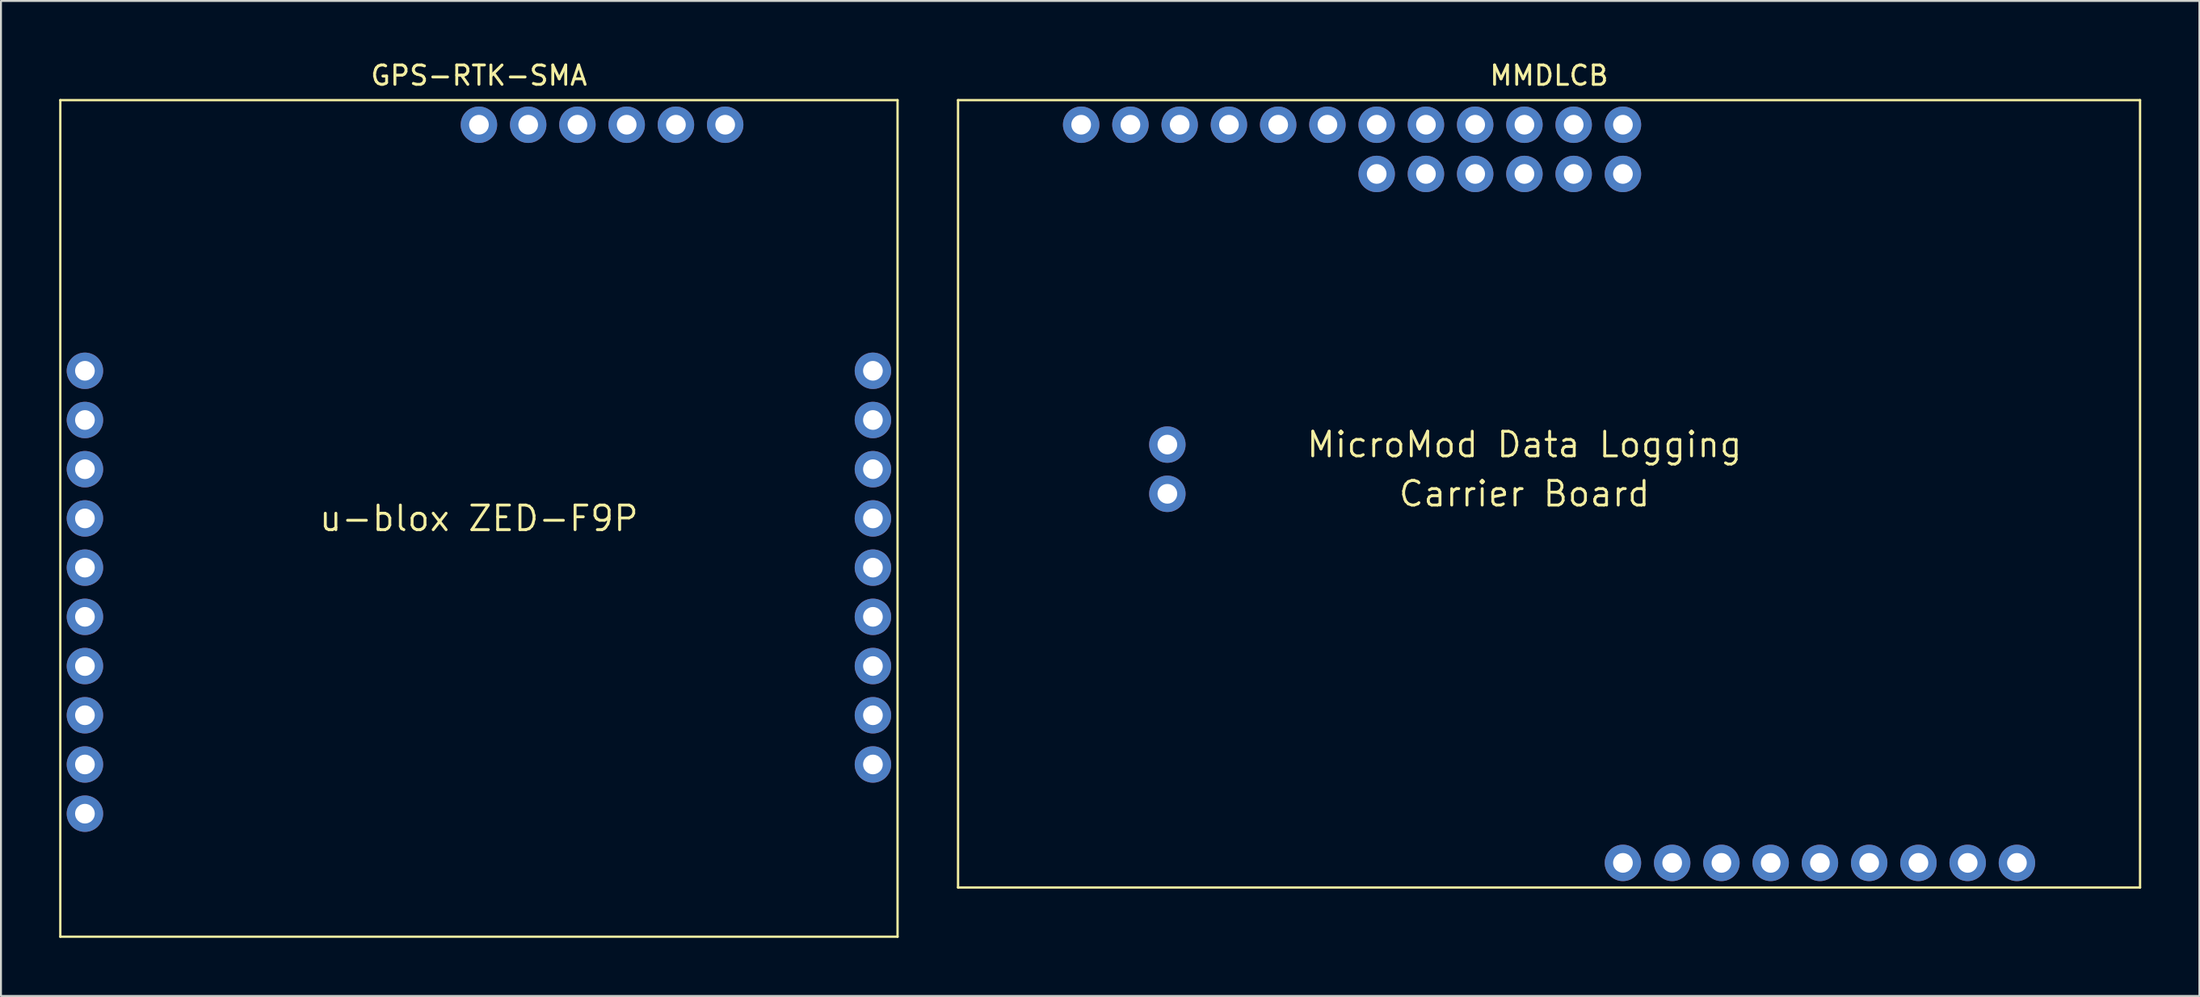
<source format=kicad_pcb>
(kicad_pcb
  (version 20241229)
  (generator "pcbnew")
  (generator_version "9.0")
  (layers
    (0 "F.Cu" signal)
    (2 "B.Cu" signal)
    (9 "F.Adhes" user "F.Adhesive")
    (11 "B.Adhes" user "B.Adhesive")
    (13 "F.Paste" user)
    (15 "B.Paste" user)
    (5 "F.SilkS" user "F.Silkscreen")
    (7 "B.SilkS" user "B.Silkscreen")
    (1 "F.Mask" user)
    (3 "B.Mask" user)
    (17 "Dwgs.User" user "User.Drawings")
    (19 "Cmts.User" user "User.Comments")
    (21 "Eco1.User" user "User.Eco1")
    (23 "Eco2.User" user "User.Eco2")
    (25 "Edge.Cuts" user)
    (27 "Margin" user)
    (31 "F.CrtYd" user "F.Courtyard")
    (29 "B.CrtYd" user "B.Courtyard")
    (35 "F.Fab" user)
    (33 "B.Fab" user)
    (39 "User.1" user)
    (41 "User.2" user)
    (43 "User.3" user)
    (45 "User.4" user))
  (footprint "MMDLCB"
    (layer "F.Cu")
    (at 76.84 22.438)
    (property "Reference" "MMDLCB" (at 0 -21.59 0) (layer "F.SilkS") (effects (font (size 1 1) (thickness 0.15))))
    (attr through_hole)
    (fp_line (start -30.48 -20.32) (end 30.48 -20.32) (stroke (width 0.12) (type solid)) (layer "F.SilkS"))
    (fp_line (start -30.48 20.32) (end -30.48 -20.32) (stroke (width 0.12) (type solid)) (layer "F.SilkS"))
    (fp_line (start -30.48 20.32) (end 30.48 20.32) (stroke (width 0.12) (type solid)) (layer "F.SilkS"))
    (fp_line (start 30.48 -20.32) (end 30.48 20.32) (stroke (width 0.12) (type solid)) (layer "F.SilkS"))
    (fp_text user "Carrier Board" (at -1.27 0 0) (layer "F.SilkS") (effects (font (size 1.27 1.27) (thickness 0.15))))
    (fp_text user "MicroMod Data Logging" (at -1.27 -2.54 0) (layer "F.SilkS") (effects (font (size 1.27 1.27) (thickness 0.15))))
    (pad "1" thru_hole circle (at 3.81 19.05) (size 1.88 1.88) (drill 1.016) (layers "*.Cu" "*.Mask"))
    (pad "2" thru_hole circle (at 6.35 19.05) (size 1.88 1.88) (drill 1.016) (layers "*.Cu" "*.Mask"))
    (pad "3" thru_hole circle (at 8.89 19.05) (size 1.88 1.88) (drill 1.016) (layers "*.Cu" "*.Mask"))
    (pad "4" thru_hole circle (at 11.43 19.05) (size 1.88 1.88) (drill 1.016) (layers "*.Cu" "*.Mask"))
    (pad "5" thru_hole circle (at 13.97 19.05) (size 1.88 1.88) (drill 1.016) (layers "*.Cu" "*.Mask"))
    (pad "6" thru_hole circle (at 16.51 19.05) (size 1.88 1.88) (drill 1.016) (layers "*.Cu" "*.Mask"))
    (pad "7" thru_hole circle (at 19.05 19.05) (size 1.88 1.88) (drill 1.016) (layers "*.Cu" "*.Mask"))
    (pad "8" thru_hole circle (at 21.59 19.05) (size 1.88 1.88) (drill 1.016) (layers "*.Cu" "*.Mask"))
    (pad "9" thru_hole circle (at 24.13 19.05) (size 1.88 1.88) (drill 1.016) (layers "*.Cu" "*.Mask"))
    (pad "10" thru_hole circle (at -24.13 -19.05) (size 1.88 1.88) (drill 1.016) (layers "*.Cu" "*.Mask"))
    (pad "11" thru_hole circle (at -21.59 -19.05) (size 1.88 1.88) (drill 1.016) (layers "*.Cu" "*.Mask"))
    (pad "12" thru_hole circle (at -19.05 -19.05) (size 1.88 1.88) (drill 1.016) (layers "*.Cu" "*.Mask"))
    (pad "13" thru_hole circle (at -16.51 -19.05) (size 1.88 1.88) (drill 1.016) (layers "*.Cu" "*.Mask"))
    (pad "14" thru_hole circle (at -13.97 -19.05) (size 1.88 1.88) (drill 1.016) (layers "*.Cu" "*.Mask"))
    (pad "15" thru_hole circle (at -11.43 -19.05) (size 1.88 1.88) (drill 1.016) (layers "*.Cu" "*.Mask"))
    (pad "16" thru_hole circle (at -8.89 -19.05) (size 1.88 1.88) (drill 1.016) (layers "*.Cu" "*.Mask"))
    (pad "17" thru_hole circle (at -6.35 -19.05) (size 1.88 1.88) (drill 1.016) (layers "*.Cu" "*.Mask"))
    (pad "18" thru_hole circle (at -3.81 -19.05) (size 1.88 1.88) (drill 1.016) (layers "*.Cu" "*.Mask"))
    (pad "19" thru_hole circle (at -1.27 -19.05) (size 1.88 1.88) (drill 1.016) (layers "*.Cu" "*.Mask"))
    (pad "20" thru_hole circle (at 1.27 -19.05) (size 1.88 1.88) (drill 1.016) (layers "*.Cu" "*.Mask"))
    (pad "21" thru_hole circle (at 3.81 -19.05) (size 1.88 1.88) (drill 1.016) (layers "*.Cu" "*.Mask"))
    (pad "22" thru_hole circle (at -8.89 -16.51) (size 1.88 1.88) (drill 1.016) (layers "*.Cu" "*.Mask"))
    (pad "23" thru_hole circle (at -6.35 -16.51) (size 1.88 1.88) (drill 1.016) (layers "*.Cu" "*.Mask"))
    (pad "24" thru_hole circle (at -3.81 -16.51) (size 1.88 1.88) (drill 1.016) (layers "*.Cu" "*.Mask"))
    (pad "25" thru_hole circle (at -1.27 -16.51) (size 1.88 1.88) (drill 1.016) (layers "*.Cu" "*.Mask"))
    (pad "26" thru_hole circle (at 1.27 -16.51) (size 1.88 1.88) (drill 1.016) (layers "*.Cu" "*.Mask"))
    (pad "27" thru_hole circle (at 3.81 -16.51) (size 1.88 1.88) (drill 1.016) (layers "*.Cu" "*.Mask"))
    (pad "28" thru_hole circle (at -19.685 -2.54) (size 1.88 1.88) (drill 1.016) (layers "*.Cu" "*.Mask"))
    (pad "29" thru_hole circle (at -19.685 0) (size 1.88 1.88) (drill 1.016) (layers "*.Cu" "*.Mask")))
  (footprint "GPS-RTK-SMA"
    (layer "F.Cu")
    (at 21.65 23.708)
    (property "Reference" "GPS-RTK-SMA" (at 0 -22.86 0) (layer "F.SilkS") (effects (font (size 1 1) (thickness 0.15))))
    (attr through_hole)
    (fp_line (start -21.59 -21.59) (end 21.59 -21.59) (stroke (width 0.12) (type solid)) (layer "F.SilkS"))
    (fp_line (start -21.59 21.59) (end -21.59 -21.59) (stroke (width 0.12) (type solid)) (layer "F.SilkS"))
    (fp_line (start 21.59 -21.59) (end 21.59 21.59) (stroke (width 0.12) (type solid)) (layer "F.SilkS"))
    (fp_line (start 21.59 21.59) (end -21.59 21.59) (stroke (width 0.12) (type solid)) (layer "F.SilkS"))
    (fp_text user "u-blox ZED-F9P" (at 0 0 0) (layer "F.SilkS") (effects (font (size 1.27 1.27) (thickness 0.15))))
    (pad "1" thru_hole circle (at -20.32 -7.62) (size 1.88 1.88) (drill 1.016) (layers "*.Cu" "*.Mask"))
    (pad "2" thru_hole circle (at -20.32 -5.08) (size 1.88 1.88) (drill 1.016) (layers "*.Cu" "*.Mask"))
    (pad "3" thru_hole circle (at -20.32 -2.54) (size 1.88 1.88) (drill 1.016) (layers "*.Cu" "*.Mask"))
    (pad "4" thru_hole circle (at -20.32 0) (size 1.88 1.88) (drill 1.016) (layers "*.Cu" "*.Mask"))
    (pad "5" thru_hole circle (at -20.32 2.54) (size 1.88 1.88) (drill 1.016) (layers "*.Cu" "*.Mask"))
    (pad "6" thru_hole circle (at -20.32 5.08) (size 1.88 1.88) (drill 1.016) (layers "*.Cu" "*.Mask"))
    (pad "7" thru_hole circle (at -20.32 7.62) (size 1.88 1.88) (drill 1.016) (layers "*.Cu" "*.Mask"))
    (pad "8" thru_hole circle (at -20.32 10.16) (size 1.88 1.88) (drill 1.016) (layers "*.Cu" "*.Mask"))
    (pad "9" thru_hole circle (at -20.32 12.7) (size 1.88 1.88) (drill 1.016) (layers "*.Cu" "*.Mask"))
    (pad "10" thru_hole circle (at -20.32 15.24) (size 1.88 1.88) (drill 1.016) (layers "*.Cu" "*.Mask"))
    (pad "11" thru_hole circle (at 0 -20.32) (size 1.88 1.88) (drill 1.016) (layers "*.Cu" "*.Mask"))
    (pad "12" thru_hole circle (at 2.54 -20.32) (size 1.88 1.88) (drill 1.016) (layers "*.Cu" "*.Mask"))
    (pad "13" thru_hole circle (at 5.08 -20.32) (size 1.88 1.88) (drill 1.016) (layers "*.Cu" "*.Mask"))
    (pad "14" thru_hole circle (at 7.62 -20.32) (size 1.88 1.88) (drill 1.016) (layers "*.Cu" "*.Mask"))
    (pad "15" thru_hole circle (at 10.16 -20.32) (size 1.88 1.88) (drill 1.016) (layers "*.Cu" "*.Mask"))
    (pad "16" thru_hole circle (at 12.7 -20.32) (size 1.88 1.88) (drill 1.016) (layers "*.Cu" "*.Mask"))
    (pad "17" thru_hole circle (at 20.32 -7.62) (size 1.88 1.88) (drill 1.016) (layers "*.Cu" "*.Mask"))
    (pad "18" thru_hole circle (at 20.32 -5.08) (size 1.88 1.88) (drill 1.016) (layers "*.Cu" "*.Mask"))
    (pad "19" thru_hole circle (at 20.32 -2.54) (size 1.88 1.88) (drill 1.016) (layers "*.Cu" "*.Mask"))
    (pad "20" thru_hole circle (at 20.32 0) (size 1.88 1.88) (drill 1.016) (layers "*.Cu" "*.Mask"))
    (pad "21" thru_hole circle (at 20.32 2.54) (size 1.88 1.88) (drill 1.016) (layers "*.Cu" "*.Mask"))
    (pad "22" thru_hole circle (at 20.32 5.08) (size 1.88 1.88) (drill 1.016) (layers "*.Cu" "*.Mask"))
    (pad "23" thru_hole circle (at 20.32 7.62) (size 1.88 1.88) (drill 1.016) (layers "*.Cu" "*.Mask"))
    (pad "24" thru_hole circle (at 20.32 10.16) (size 1.88 1.88) (drill 1.016) (layers "*.Cu" "*.Mask"))
    (pad "25" thru_hole circle (at 20.32 12.7) (size 1.88 1.88) (drill 1.016) (layers "*.Cu" "*.Mask")))
  (gr_rect
    (start -3 -3)
    (end 110.38 48.358)
    (stroke (width 0.1) (type default))
    (fill no)
    (layer "Edge.Cuts")))
</source>
